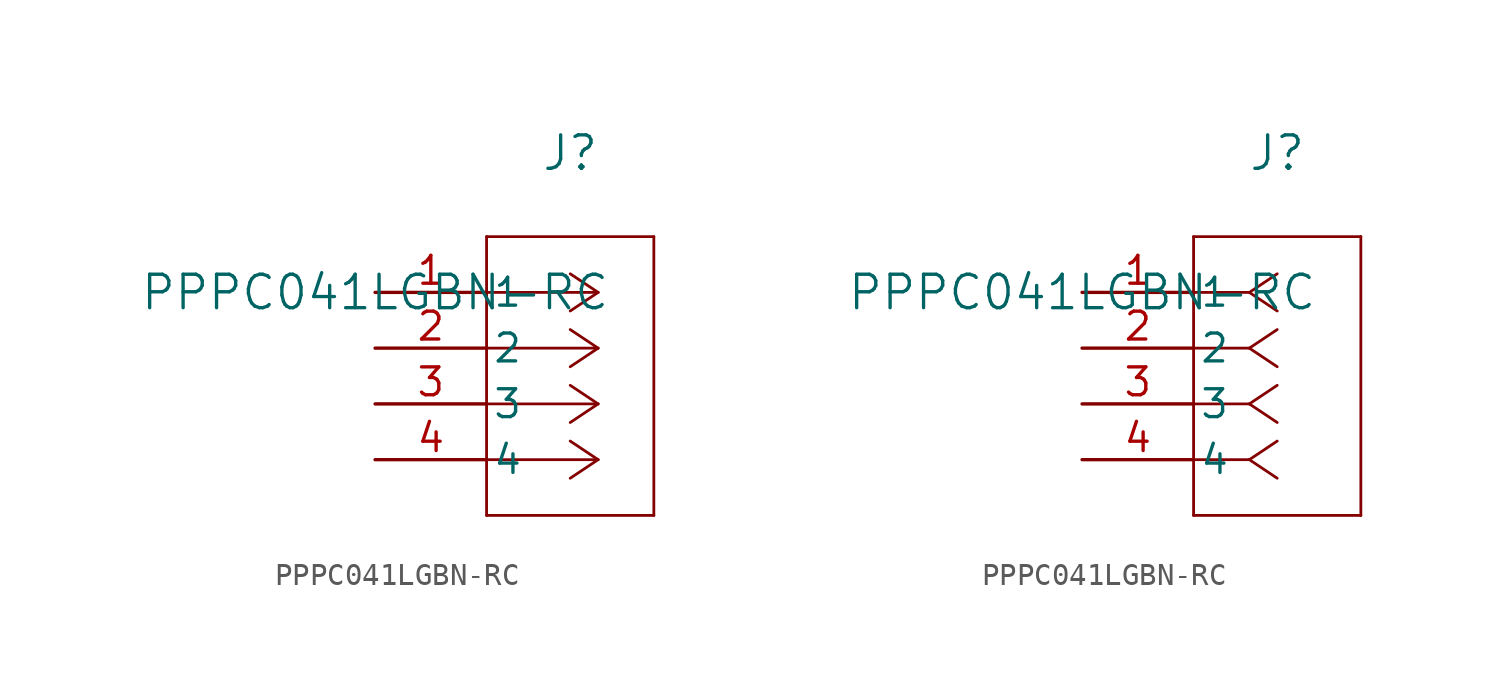
<source format=kicad_sym>
(kicad_symbol_lib
  (version 20211014)
  (generator kicad_symbol_editor)
  (symbol "PPPC041LGBN-RC"
    (pin_names
      (offset 0.254))
    (property "Reference" "J"
      (at 8.89 6.35 0)
      (effects (font (size 1.524 1.524))))
    (property "Value" "PPPC041LGBN-RC"
      (at 0 0 0)
      (effects (font (size 1.524 1.524))))
    (symbol "PPPC041LGBN-RC_1_1"
      (polyline (pts (xy 10.16 0) (xy 5.08 0)) (stroke (width 0.127) (type default) (color 0 0 0 0)) (fill (type none)))
      (polyline (pts (xy 10.16 -2.54) (xy 5.08 -2.54)) (stroke (width 0.127) (type default) (color 0 0 0 0)) (fill (type none)))
      (polyline (pts (xy 10.16 -5.08) (xy 5.08 -5.08)) (stroke (width 0.127) (type default) (color 0 0 0 0)) (fill (type none)))
      (polyline (pts (xy 10.16 -7.62) (xy 5.08 -7.62)) (stroke (width 0.127) (type default) (color 0 0 0 0)) (fill (type none)))
      (polyline (pts (xy 10.16 0) (xy 8.89 0.847)) (stroke (width 0.127) (type default) (color 0 0 0 0)) (fill (type none)))
      (polyline (pts (xy 10.16 -2.54) (xy 8.89 -1.693)) (stroke (width 0.127) (type default) (color 0 0 0 0)) (fill (type none)))
      (polyline (pts (xy 10.16 -5.08) (xy 8.89 -4.233)) (stroke (width 0.127) (type default) (color 0 0 0 0)) (fill (type none)))
      (polyline (pts (xy 10.16 -7.62) (xy 8.89 -6.773)) (stroke (width 0.127) (type default) (color 0 0 0 0)) (fill (type none)))
      (polyline (pts (xy 10.16 0) (xy 8.89 -0.847)) (stroke (width 0.127) (type default) (color 0 0 0 0)) (fill (type none)))
      (polyline (pts (xy 10.16 -2.54) (xy 8.89 -3.387)) (stroke (width 0.127) (type default) (color 0 0 0 0)) (fill (type none)))
      (polyline (pts (xy 10.16 -5.08) (xy 8.89 -5.927)) (stroke (width 0.127) (type default) (color 0 0 0 0)) (fill (type none)))
      (polyline (pts (xy 10.16 -7.62) (xy 8.89 -8.467)) (stroke (width 0.127) (type default) (color 0 0 0 0)) (fill (type none)))
      (polyline (pts (xy 5.08 2.54) (xy 5.08 -10.16)) (stroke (width 0.127) (type default) (color 0 0 0 0)) (fill (type none)))
      (polyline (pts (xy 5.08 -10.16) (xy 12.7 -10.16)) (stroke (width 0.127) (type default) (color 0 0 0 0)) (fill (type none)))
      (polyline (pts (xy 12.7 -10.16) (xy 12.7 2.54)) (stroke (width 0.127) (type default) (color 0 0 0 0)) (fill (type none)))
      (polyline (pts (xy 12.7 2.54) (xy 5.08 2.54)) (stroke (width 0.127) (type default) (color 0 0 0 0)) (fill (type none)))
      (pin unspecified line (at 0 0 0) (length 5.08) (name "1" (effects (font (size 1.27 1.27)))) (number "1" (effects (font (size 1.27 1.27)))))
      (pin unspecified line (at 0 -2.54 0) (length 5.08) (name "2" (effects (font (size 1.27 1.27)))) (number "2" (effects (font (size 1.27 1.27)))))
      (pin unspecified line (at 0 -5.08 0) (length 5.08) (name "3" (effects (font (size 1.27 1.27)))) (number "3" (effects (font (size 1.27 1.27)))))
      (pin unspecified line (at 0 -7.62 0) (length 5.08) (name "4" (effects (font (size 1.27 1.27)))) (number "4" (effects (font (size 1.27 1.27))))))
    (symbol "PPPC041LGBN-RC_1_2"
      (polyline (pts (xy 7.62 0) (xy 5.08 0)) (stroke (width 0.127) (type default) (color 0 0 0 0)) (fill (type none)))
      (polyline (pts (xy 7.62 -2.54) (xy 5.08 -2.54)) (stroke (width 0.127) (type default) (color 0 0 0 0)) (fill (type none)))
      (polyline (pts (xy 7.62 -5.08) (xy 5.08 -5.08)) (stroke (width 0.127) (type default) (color 0 0 0 0)) (fill (type none)))
      (polyline (pts (xy 7.62 -7.62) (xy 5.08 -7.62)) (stroke (width 0.127) (type default) (color 0 0 0 0)) (fill (type none)))
      (polyline (pts (xy 7.62 0) (xy 8.89 0.847)) (stroke (width 0.127) (type default) (color 0 0 0 0)) (fill (type none)))
      (polyline (pts (xy 7.62 -2.54) (xy 8.89 -1.693)) (stroke (width 0.127) (type default) (color 0 0 0 0)) (fill (type none)))
      (polyline (pts (xy 7.62 -5.08) (xy 8.89 -4.233)) (stroke (width 0.127) (type default) (color 0 0 0 0)) (fill (type none)))
      (polyline (pts (xy 7.62 -7.62) (xy 8.89 -6.773)) (stroke (width 0.127) (type default) (color 0 0 0 0)) (fill (type none)))
      (polyline (pts (xy 7.62 0) (xy 8.89 -0.847)) (stroke (width 0.127) (type default) (color 0 0 0 0)) (fill (type none)))
      (polyline (pts (xy 7.62 -2.54) (xy 8.89 -3.387)) (stroke (width 0.127) (type default) (color 0 0 0 0)) (fill (type none)))
      (polyline (pts (xy 7.62 -5.08) (xy 8.89 -5.927)) (stroke (width 0.127) (type default) (color 0 0 0 0)) (fill (type none)))
      (polyline (pts (xy 7.62 -7.62) (xy 8.89 -8.467)) (stroke (width 0.127) (type default) (color 0 0 0 0)) (fill (type none)))
      (polyline (pts (xy 5.08 2.54) (xy 5.08 -10.16)) (stroke (width 0.127) (type default) (color 0 0 0 0)) (fill (type none)))
      (polyline (pts (xy 5.08 -10.16) (xy 12.7 -10.16)) (stroke (width 0.127) (type default) (color 0 0 0 0)) (fill (type none)))
      (polyline (pts (xy 12.7 -10.16) (xy 12.7 2.54)) (stroke (width 0.127) (type default) (color 0 0 0 0)) (fill (type none)))
      (polyline (pts (xy 12.7 2.54) (xy 5.08 2.54)) (stroke (width 0.127) (type default) (color 0 0 0 0)) (fill (type none)))
      (pin unspecified line (at 0 0 0) (length 5.08) (name "1" (effects (font (size 1.27 1.27)))) (number "1" (effects (font (size 1.27 1.27)))))
      (pin unspecified line (at 0 -2.54 0) (length 5.08) (name "2" (effects (font (size 1.27 1.27)))) (number "2" (effects (font (size 1.27 1.27)))))
      (pin unspecified line (at 0 -5.08 0) (length 5.08) (name "3" (effects (font (size 1.27 1.27)))) (number "3" (effects (font (size 1.27 1.27)))))
      (pin unspecified line (at 0 -7.62 0) (length 5.08) (name "4" (effects (font (size 1.27 1.27)))) (number "4" (effects (font (size 1.27 1.27))))))))
</source>
